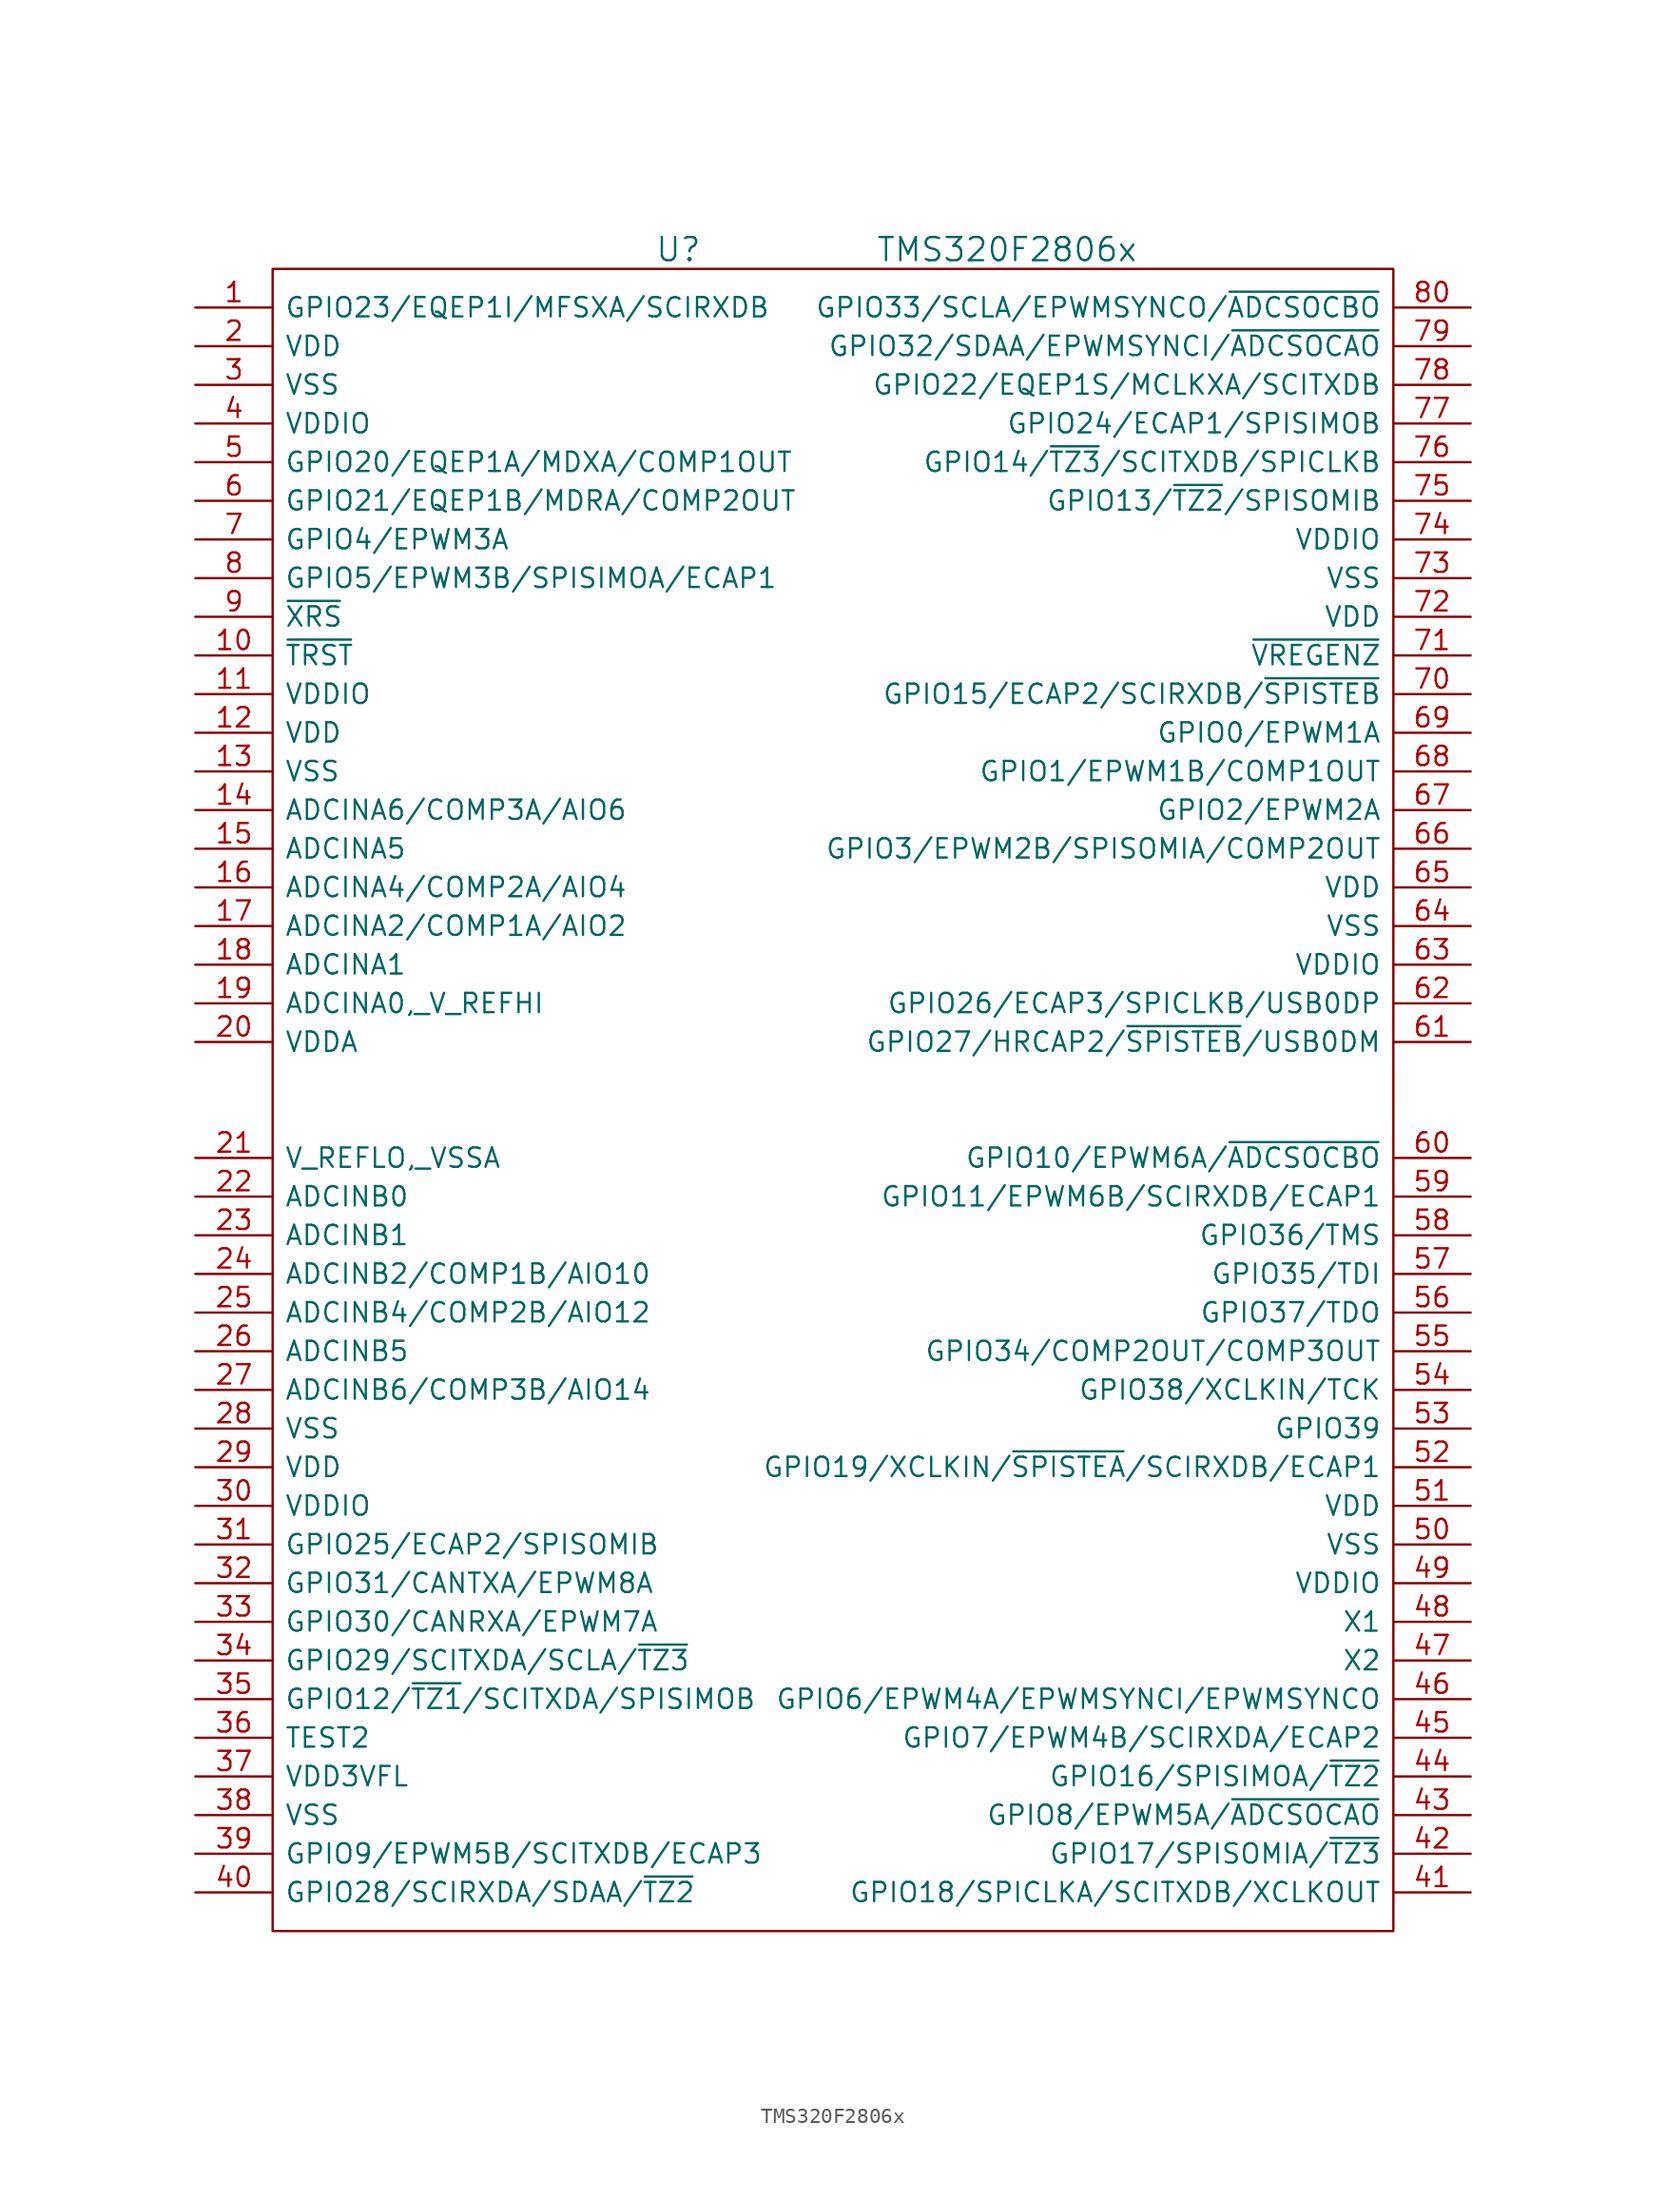
<source format=kicad_sym>
(kicad_symbol_lib
  (version 20220914)
  (generator kicad_symbol_editor)
  (symbol "TMS320F2806x"
    (pin_names
      (offset 0.762))
    (property "Reference" "U"
      (at -10.16 55.88 0)
      (effects (font (size 1.524 1.524))))
    (property "Value" "TMS320F2806x"
      (at 11.43 55.88 0)
      (effects (font (size 1.524 1.524))))
    (symbol "TMS320F2806x_0_1"
      (rectangle (start 36.83 54.61) (end -36.83 -54.61) (stroke (width 0) (type default)) (fill (type none))))
    (symbol "TMS320F2806x_1_1"
      (pin bidirectional line (at -41.91 52.07 0) (length 5.08) (name "GPIO23/EQEP1I/MFSXA/SCIRXDB" (effects (font (size 1.27 1.27)))) (number "1" (effects (font (size 1.27 1.27)))))
      (pin bidirectional line (at -41.91 29.21 0) (length 5.08) (name "~{TRST}" (effects (font (size 1.27 1.27)))) (number "10" (effects (font (size 1.27 1.27)))))
      (pin bidirectional line (at -41.91 26.67 0) (length 5.08) (name "VDDIO" (effects (font (size 1.27 1.27)))) (number "11" (effects (font (size 1.27 1.27)))))
      (pin passive line (at -41.91 24.13 0) (length 5.08) (name "VDD" (effects (font (size 1.27 1.27)))) (number "12" (effects (font (size 1.27 1.27)))))
      (pin power_in line (at -41.91 21.59 0) (length 5.08) (name "VSS" (effects (font (size 1.27 1.27)))) (number "13" (effects (font (size 1.27 1.27)))))
      (pin bidirectional line (at -41.91 19.05 0) (length 5.08) (name "ADCINA6/COMP3A/AIO6" (effects (font (size 1.27 1.27)))) (number "14" (effects (font (size 1.27 1.27)))))
      (pin bidirectional line (at -41.91 16.51 0) (length 5.08) (name "ADCINA5" (effects (font (size 1.27 1.27)))) (number "15" (effects (font (size 1.27 1.27)))))
      (pin bidirectional line (at -41.91 13.97 0) (length 5.08) (name "ADCINA4/COMP2A/AIO4" (effects (font (size 1.27 1.27)))) (number "16" (effects (font (size 1.27 1.27)))))
      (pin bidirectional line (at -41.91 11.43 0) (length 5.08) (name "ADCINA2/COMP1A/AIO2" (effects (font (size 1.27 1.27)))) (number "17" (effects (font (size 1.27 1.27)))))
      (pin bidirectional line (at -41.91 8.89 0) (length 5.08) (name "ADCINA1" (effects (font (size 1.27 1.27)))) (number "18" (effects (font (size 1.27 1.27)))))
      (pin bidirectional line (at -41.91 6.35 0) (length 5.08) (name "ADCINA0,_V_REFHI" (effects (font (size 1.27 1.27)))) (number "19" (effects (font (size 1.27 1.27)))))
      (pin passive line (at -41.91 49.53 0) (length 5.08) (name "VDD" (effects (font (size 1.27 1.27)))) (number "2" (effects (font (size 1.27 1.27)))))
      (pin power_in line (at -41.91 3.81 0) (length 5.08) (name "VDDA" (effects (font (size 1.27 1.27)))) (number "20" (effects (font (size 1.27 1.27)))))
      (pin power_in line (at -41.91 -3.81 0) (length 5.08) (name "V_REFLO,_VSSA" (effects (font (size 1.27 1.27)))) (number "21" (effects (font (size 1.27 1.27)))))
      (pin bidirectional line (at -41.91 -6.35 0) (length 5.08) (name "ADCINB0" (effects (font (size 1.27 1.27)))) (number "22" (effects (font (size 1.27 1.27)))))
      (pin bidirectional line (at -41.91 -8.89 0) (length 5.08) (name "ADCINB1" (effects (font (size 1.27 1.27)))) (number "23" (effects (font (size 1.27 1.27)))))
      (pin bidirectional line (at -41.91 -11.43 0) (length 5.08) (name "ADCINB2/COMP1B/AIO10" (effects (font (size 1.27 1.27)))) (number "24" (effects (font (size 1.27 1.27)))))
      (pin bidirectional line (at -41.91 -13.97 0) (length 5.08) (name "ADCINB4/COMP2B/AIO12" (effects (font (size 1.27 1.27)))) (number "25" (effects (font (size 1.27 1.27)))))
      (pin bidirectional line (at -41.91 -16.51 0) (length 5.08) (name "ADCINB5" (effects (font (size 1.27 1.27)))) (number "26" (effects (font (size 1.27 1.27)))))
      (pin bidirectional line (at -41.91 -19.05 0) (length 5.08) (name "ADCINB6/COMP3B/AIO14" (effects (font (size 1.27 1.27)))) (number "27" (effects (font (size 1.27 1.27)))))
      (pin power_in line (at -41.91 -21.59 0) (length 5.08) (name "VSS" (effects (font (size 1.27 1.27)))) (number "28" (effects (font (size 1.27 1.27)))))
      (pin passive line (at -41.91 -24.13 0) (length 5.08) (name "VDD" (effects (font (size 1.27 1.27)))) (number "29" (effects (font (size 1.27 1.27)))))
      (pin power_in line (at -41.91 46.99 0) (length 5.08) (name "VSS" (effects (font (size 1.27 1.27)))) (number "3" (effects (font (size 1.27 1.27)))))
      (pin bidirectional line (at -41.91 -26.67 0) (length 5.08) (name "VDDIO" (effects (font (size 1.27 1.27)))) (number "30" (effects (font (size 1.27 1.27)))))
      (pin bidirectional line (at -41.91 -29.21 0) (length 5.08) (name "GPIO25/ECAP2/SPISOMIB" (effects (font (size 1.27 1.27)))) (number "31" (effects (font (size 1.27 1.27)))))
      (pin bidirectional line (at -41.91 -31.75 0) (length 5.08) (name "GPIO31/CANTXA/EPWM8A" (effects (font (size 1.27 1.27)))) (number "32" (effects (font (size 1.27 1.27)))))
      (pin bidirectional line (at -41.91 -34.29 0) (length 5.08) (name "GPIO30/CANRXA/EPWM7A" (effects (font (size 1.27 1.27)))) (number "33" (effects (font (size 1.27 1.27)))))
      (pin bidirectional line (at -41.91 -36.83 0) (length 5.08) (name "GPIO29/SCITXDA/SCLA/~{TZ3}" (effects (font (size 1.27 1.27)))) (number "34" (effects (font (size 1.27 1.27)))))
      (pin bidirectional line (at -41.91 -39.37 0) (length 5.08) (name "GPIO12/~{TZ1}/SCITXDA/SPISIMOB" (effects (font (size 1.27 1.27)))) (number "35" (effects (font (size 1.27 1.27)))))
      (pin bidirectional line (at -41.91 -41.91 0) (length 5.08) (name "TEST2" (effects (font (size 1.27 1.27)))) (number "36" (effects (font (size 1.27 1.27)))))
      (pin passive line (at -41.91 -44.45 0) (length 5.08) (name "VDD3VFL" (effects (font (size 1.27 1.27)))) (number "37" (effects (font (size 1.27 1.27)))))
      (pin power_in line (at -41.91 -46.99 0) (length 5.08) (name "VSS" (effects (font (size 1.27 1.27)))) (number "38" (effects (font (size 1.27 1.27)))))
      (pin bidirectional line (at -41.91 -49.53 0) (length 5.08) (name "GPIO9/EPWM5B/SCITXDB/ECAP3" (effects (font (size 1.27 1.27)))) (number "39" (effects (font (size 1.27 1.27)))))
      (pin bidirectional line (at -41.91 44.45 0) (length 5.08) (name "VDDIO" (effects (font (size 1.27 1.27)))) (number "4" (effects (font (size 1.27 1.27)))))
      (pin bidirectional line (at -41.91 -52.07 0) (length 5.08) (name "GPIO28/SCIRXDA/SDAA/~{TZ2}" (effects (font (size 1.27 1.27)))) (number "40" (effects (font (size 1.27 1.27)))))
      (pin bidirectional line (at 41.91 -52.07 180) (length 5.08) (name "GPIO18/SPICLKA/SCITXDB/XCLKOUT" (effects (font (size 1.27 1.27)))) (number "41" (effects (font (size 1.27 1.27)))))
      (pin bidirectional line (at 41.91 -49.53 180) (length 5.08) (name "GPIO17/SPISOMIA/~{TZ3}" (effects (font (size 1.27 1.27)))) (number "42" (effects (font (size 1.27 1.27)))))
      (pin bidirectional line (at 41.91 -46.99 180) (length 5.08) (name "GPIO8/EPWM5A/~{ADCSOCAO}" (effects (font (size 1.27 1.27)))) (number "43" (effects (font (size 1.27 1.27)))))
      (pin bidirectional line (at 41.91 -44.45 180) (length 5.08) (name "GPIO16/SPISIMOA/~{TZ2}" (effects (font (size 1.27 1.27)))) (number "44" (effects (font (size 1.27 1.27)))))
      (pin bidirectional line (at 41.91 -41.91 180) (length 5.08) (name "GPIO7/EPWM4B/SCIRXDA/ECAP2" (effects (font (size 1.27 1.27)))) (number "45" (effects (font (size 1.27 1.27)))))
      (pin bidirectional line (at 41.91 -39.37 180) (length 5.08) (name "GPIO6/EPWM4A/EPWMSYNCI/EPWMSYNCO" (effects (font (size 1.27 1.27)))) (number "46" (effects (font (size 1.27 1.27)))))
      (pin bidirectional line (at 41.91 -36.83 180) (length 5.08) (name "X2" (effects (font (size 1.27 1.27)))) (number "47" (effects (font (size 1.27 1.27)))))
      (pin bidirectional line (at 41.91 -34.29 180) (length 5.08) (name "X1" (effects (font (size 1.27 1.27)))) (number "48" (effects (font (size 1.27 1.27)))))
      (pin bidirectional line (at 41.91 -31.75 180) (length 5.08) (name "VDDIO" (effects (font (size 1.27 1.27)))) (number "49" (effects (font (size 1.27 1.27)))))
      (pin bidirectional line (at -41.91 41.91 0) (length 5.08) (name "GPIO20/EQEP1A/MDXA/COMP1OUT" (effects (font (size 1.27 1.27)))) (number "5" (effects (font (size 1.27 1.27)))))
      (pin power_in line (at 41.91 -29.21 180) (length 5.08) (name "VSS" (effects (font (size 1.27 1.27)))) (number "50" (effects (font (size 1.27 1.27)))))
      (pin passive line (at 41.91 -26.67 180) (length 5.08) (name "VDD" (effects (font (size 1.27 1.27)))) (number "51" (effects (font (size 1.27 1.27)))))
      (pin bidirectional line (at 41.91 -24.13 180) (length 5.08) (name "GPIO19/XCLKIN/~{SPISTEA}/SCIRXDB/ECAP1" (effects (font (size 1.27 1.27)))) (number "52" (effects (font (size 1.27 1.27)))))
      (pin bidirectional line (at 41.91 -21.59 180) (length 5.08) (name "GPIO39" (effects (font (size 1.27 1.27)))) (number "53" (effects (font (size 1.27 1.27)))))
      (pin bidirectional line (at 41.91 -19.05 180) (length 5.08) (name "GPIO38/XCLKIN/TCK" (effects (font (size 1.27 1.27)))) (number "54" (effects (font (size 1.27 1.27)))))
      (pin bidirectional line (at 41.91 -16.51 180) (length 5.08) (name "GPIO34/COMP2OUT/COMP3OUT" (effects (font (size 1.27 1.27)))) (number "55" (effects (font (size 1.27 1.27)))))
      (pin bidirectional line (at 41.91 -13.97 180) (length 5.08) (name "GPIO37/TDO" (effects (font (size 1.27 1.27)))) (number "56" (effects (font (size 1.27 1.27)))))
      (pin bidirectional line (at 41.91 -11.43 180) (length 5.08) (name "GPIO35/TDI" (effects (font (size 1.27 1.27)))) (number "57" (effects (font (size 1.27 1.27)))))
      (pin bidirectional line (at 41.91 -8.89 180) (length 5.08) (name "GPIO36/TMS" (effects (font (size 1.27 1.27)))) (number "58" (effects (font (size 1.27 1.27)))))
      (pin bidirectional line (at 41.91 -6.35 180) (length 5.08) (name "GPIO11/EPWM6B/SCIRXDB/ECAP1" (effects (font (size 1.27 1.27)))) (number "59" (effects (font (size 1.27 1.27)))))
      (pin bidirectional line (at -41.91 39.37 0) (length 5.08) (name "GPIO21/EQEP1B/MDRA/COMP2OUT" (effects (font (size 1.27 1.27)))) (number "6" (effects (font (size 1.27 1.27)))))
      (pin bidirectional line (at 41.91 -3.81 180) (length 5.08) (name "GPIO10/EPWM6A/~{ADCSOCBO}" (effects (font (size 1.27 1.27)))) (number "60" (effects (font (size 1.27 1.27)))))
      (pin bidirectional line (at 41.91 3.81 180) (length 5.08) (name "GPIO27/HRCAP2/~{SPISTEB}/USB0DM" (effects (font (size 1.27 1.27)))) (number "61" (effects (font (size 1.27 1.27)))))
      (pin bidirectional line (at 41.91 6.35 180) (length 5.08) (name "GPIO26/ECAP3/SPICLKB/USB0DP" (effects (font (size 1.27 1.27)))) (number "62" (effects (font (size 1.27 1.27)))))
      (pin bidirectional line (at 41.91 8.89 180) (length 5.08) (name "VDDIO" (effects (font (size 1.27 1.27)))) (number "63" (effects (font (size 1.27 1.27)))))
      (pin power_in line (at 41.91 11.43 180) (length 5.08) (name "VSS" (effects (font (size 1.27 1.27)))) (number "64" (effects (font (size 1.27 1.27)))))
      (pin passive line (at 41.91 13.97 180) (length 5.08) (name "VDD" (effects (font (size 1.27 1.27)))) (number "65" (effects (font (size 1.27 1.27)))))
      (pin bidirectional line (at 41.91 16.51 180) (length 5.08) (name "GPIO3/EPWM2B/SPISOMIA/COMP2OUT" (effects (font (size 1.27 1.27)))) (number "66" (effects (font (size 1.27 1.27)))))
      (pin bidirectional line (at 41.91 19.05 180) (length 5.08) (name "GPIO2/EPWM2A" (effects (font (size 1.27 1.27)))) (number "67" (effects (font (size 1.27 1.27)))))
      (pin bidirectional line (at 41.91 21.59 180) (length 5.08) (name "GPIO1/EPWM1B/COMP1OUT" (effects (font (size 1.27 1.27)))) (number "68" (effects (font (size 1.27 1.27)))))
      (pin bidirectional line (at 41.91 24.13 180) (length 5.08) (name "GPIO0/EPWM1A" (effects (font (size 1.27 1.27)))) (number "69" (effects (font (size 1.27 1.27)))))
      (pin bidirectional line (at -41.91 36.83 0) (length 5.08) (name "GPIO4/EPWM3A" (effects (font (size 1.27 1.27)))) (number "7" (effects (font (size 1.27 1.27)))))
      (pin bidirectional line (at 41.91 26.67 180) (length 5.08) (name "GPIO15/ECAP2/SCIRXDB/~{SPISTEB}" (effects (font (size 1.27 1.27)))) (number "70" (effects (font (size 1.27 1.27)))))
      (pin bidirectional line (at 41.91 29.21 180) (length 5.08) (name "~{VREGENZ}" (effects (font (size 1.27 1.27)))) (number "71" (effects (font (size 1.27 1.27)))))
      (pin passive line (at 41.91 31.75 180) (length 5.08) (name "VDD" (effects (font (size 1.27 1.27)))) (number "72" (effects (font (size 1.27 1.27)))))
      (pin power_in line (at 41.91 34.29 180) (length 5.08) (name "VSS" (effects (font (size 1.27 1.27)))) (number "73" (effects (font (size 1.27 1.27)))))
      (pin bidirectional line (at 41.91 36.83 180) (length 5.08) (name "VDDIO" (effects (font (size 1.27 1.27)))) (number "74" (effects (font (size 1.27 1.27)))))
      (pin bidirectional line (at 41.91 39.37 180) (length 5.08) (name "GPIO13/~{TZ2}/SPISOMIB" (effects (font (size 1.27 1.27)))) (number "75" (effects (font (size 1.27 1.27)))))
      (pin bidirectional line (at 41.91 41.91 180) (length 5.08) (name "GPIO14/~{TZ3}/SCITXDB/SPICLKB" (effects (font (size 1.27 1.27)))) (number "76" (effects (font (size 1.27 1.27)))))
      (pin bidirectional line (at 41.91 44.45 180) (length 5.08) (name "GPIO24/ECAP1/SPISIMOB" (effects (font (size 1.27 1.27)))) (number "77" (effects (font (size 1.27 1.27)))))
      (pin bidirectional line (at 41.91 46.99 180) (length 5.08) (name "GPIO22/EQEP1S/MCLKXA/SCITXDB" (effects (font (size 1.27 1.27)))) (number "78" (effects (font (size 1.27 1.27)))))
      (pin bidirectional line (at 41.91 49.53 180) (length 5.08) (name "GPIO32/SDAA/EPWMSYNCI/~{ADCSOCAO}" (effects (font (size 1.27 1.27)))) (number "79" (effects (font (size 1.27 1.27)))))
      (pin bidirectional line (at -41.91 34.29 0) (length 5.08) (name "GPIO5/EPWM3B/SPISIMOA/ECAP1" (effects (font (size 1.27 1.27)))) (number "8" (effects (font (size 1.27 1.27)))))
      (pin bidirectional line (at 41.91 52.07 180) (length 5.08) (name "GPIO33/SCLA/EPWMSYNCO/~{ADCSOCBO}" (effects (font (size 1.27 1.27)))) (number "80" (effects (font (size 1.27 1.27)))))
      (pin bidirectional line (at -41.91 31.75 0) (length 5.08) (name "~{XRS}" (effects (font (size 1.27 1.27)))) (number "9" (effects (font (size 1.27 1.27))))))))
</source>
